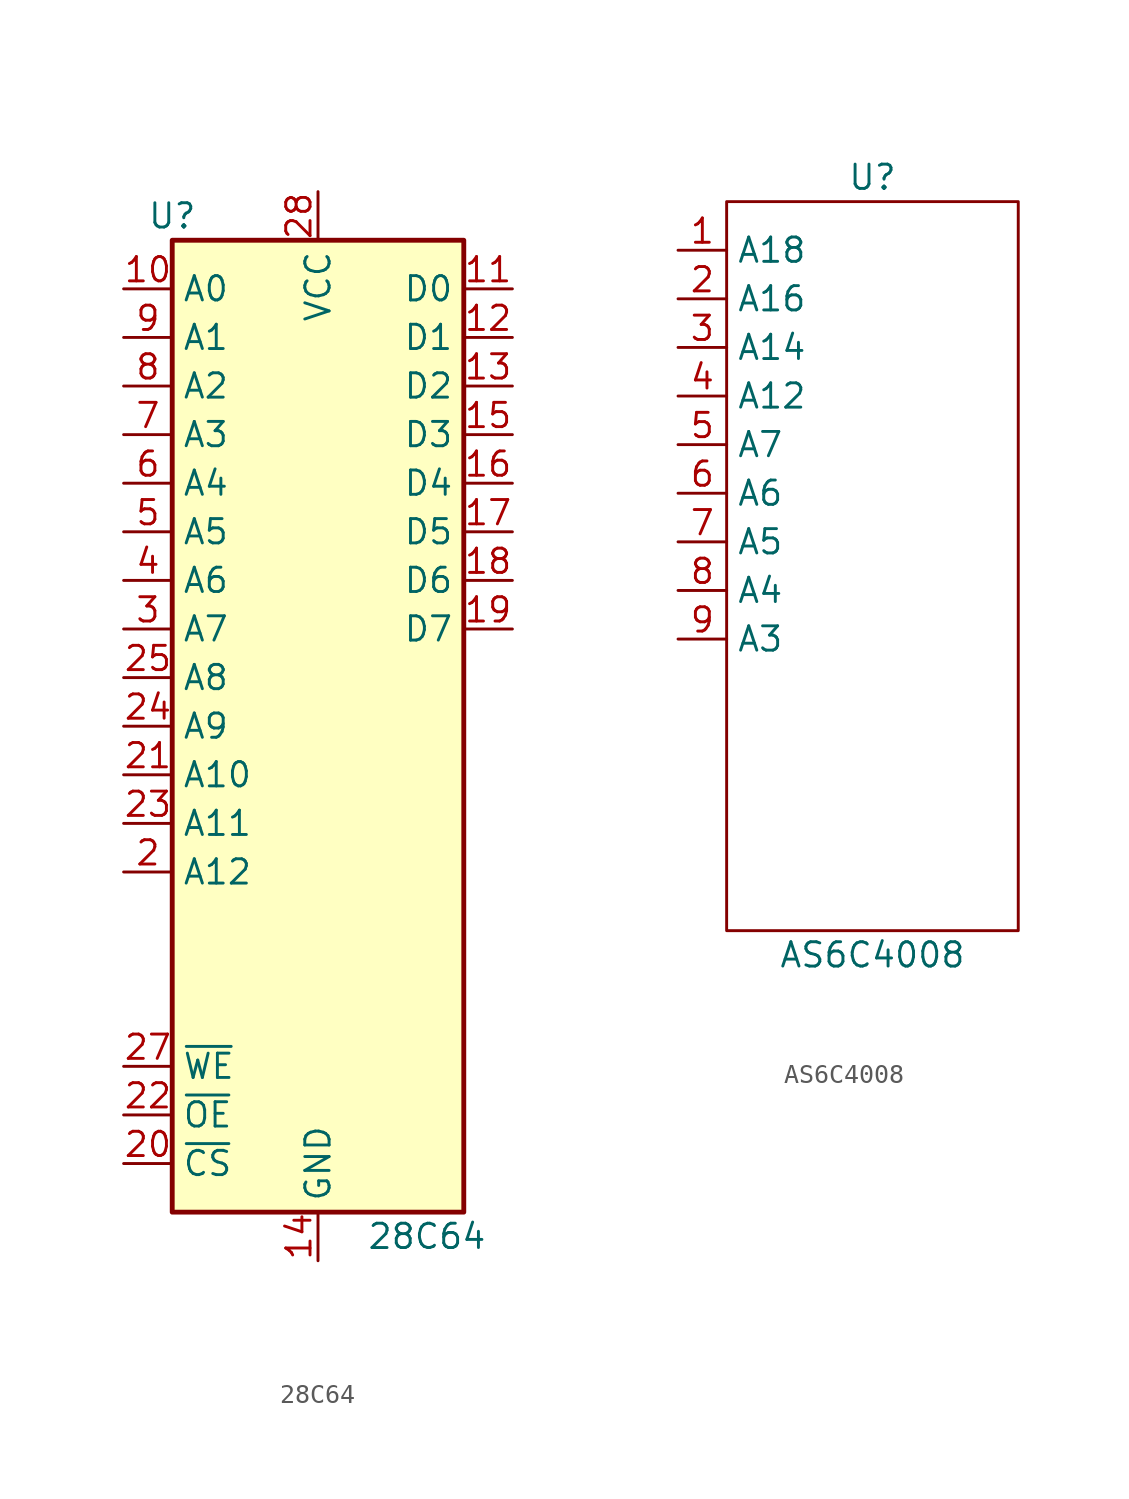
<source format=kicad_sym>
(kicad_symbol_lib
  (version 20211014)
  (generator kicad_symbol_editor)
  (symbol "28C64"
    (property "Reference" "U"
      (at -7.62 26.67 0)
      (effects (font (size 1.27 1.27))))
    (property "Value" "28C64"
      (at 2.54 -26.67 0)
      (effects (font (size 1.27 1.27)) (justify left)))
    (symbol "28C64_1_1"
      (rectangle (start -7.62 25.4) (end 7.62 -25.4) (stroke (width 0.254) (type default) (color 0 0 0 0)) (fill (type background)))
      (pin input line (at -10.16 22.86 0) (length 2.54) (name "A0" (effects (font (size 1.27 1.27)))) (number "10" (effects (font (size 1.27 1.27)))))
      (pin tri_state line (at 10.16 22.86 180) (length 2.54) (name "D0" (effects (font (size 1.27 1.27)))) (number "11" (effects (font (size 1.27 1.27)))))
      (pin tri_state line (at 10.16 20.32 180) (length 2.54) (name "D1" (effects (font (size 1.27 1.27)))) (number "12" (effects (font (size 1.27 1.27)))))
      (pin tri_state line (at 10.16 17.78 180) (length 2.54) (name "D2" (effects (font (size 1.27 1.27)))) (number "13" (effects (font (size 1.27 1.27)))))
      (pin power_in line (at 0 -27.94 90) (length 2.54) (name "GND" (effects (font (size 1.27 1.27)))) (number "14" (effects (font (size 1.27 1.27)))))
      (pin tri_state line (at 10.16 15.24 180) (length 2.54) (name "D3" (effects (font (size 1.27 1.27)))) (number "15" (effects (font (size 1.27 1.27)))))
      (pin tri_state line (at 10.16 12.7 180) (length 2.54) (name "D4" (effects (font (size 1.27 1.27)))) (number "16" (effects (font (size 1.27 1.27)))))
      (pin tri_state line (at 10.16 10.16 180) (length 2.54) (name "D5" (effects (font (size 1.27 1.27)))) (number "17" (effects (font (size 1.27 1.27)))))
      (pin tri_state line (at 10.16 7.62 180) (length 2.54) (name "D6" (effects (font (size 1.27 1.27)))) (number "18" (effects (font (size 1.27 1.27)))))
      (pin tri_state line (at 10.16 5.08 180) (length 2.54) (name "D7" (effects (font (size 1.27 1.27)))) (number "19" (effects (font (size 1.27 1.27)))))
      (pin input line (at -10.16 -7.62 0) (length 2.54) (name "A12" (effects (font (size 1.27 1.27)))) (number "2" (effects (font (size 1.27 1.27)))))
      (pin input line (at -10.16 -22.86 0) (length 2.54) (name "~{CS}" (effects (font (size 1.27 1.27)))) (number "20" (effects (font (size 1.27 1.27)))))
      (pin input line (at -10.16 -2.54 0) (length 2.54) (name "A10" (effects (font (size 1.27 1.27)))) (number "21" (effects (font (size 1.27 1.27)))))
      (pin input line (at -10.16 -20.32 0) (length 2.54) (name "~{OE}" (effects (font (size 1.27 1.27)))) (number "22" (effects (font (size 1.27 1.27)))))
      (pin input line (at -10.16 -5.08 0) (length 2.54) (name "A11" (effects (font (size 1.27 1.27)))) (number "23" (effects (font (size 1.27 1.27)))))
      (pin input line (at -10.16 0 0) (length 2.54) (name "A9" (effects (font (size 1.27 1.27)))) (number "24" (effects (font (size 1.27 1.27)))))
      (pin input line (at -10.16 2.54 0) (length 2.54) (name "A8" (effects (font (size 1.27 1.27)))) (number "25" (effects (font (size 1.27 1.27)))))
      (pin input line (at -10.16 -17.78 0) (length 2.54) (name "~{WE}" (effects (font (size 1.27 1.27)))) (number "27" (effects (font (size 1.27 1.27)))))
      (pin power_in line (at 0 27.94 270) (length 2.54) (name "VCC" (effects (font (size 1.27 1.27)))) (number "28" (effects (font (size 1.27 1.27)))))
      (pin input line (at -10.16 5.08 0) (length 2.54) (name "A7" (effects (font (size 1.27 1.27)))) (number "3" (effects (font (size 1.27 1.27)))))
      (pin input line (at -10.16 7.62 0) (length 2.54) (name "A6" (effects (font (size 1.27 1.27)))) (number "4" (effects (font (size 1.27 1.27)))))
      (pin input line (at -10.16 10.16 0) (length 2.54) (name "A5" (effects (font (size 1.27 1.27)))) (number "5" (effects (font (size 1.27 1.27)))))
      (pin input line (at -10.16 12.7 0) (length 2.54) (name "A4" (effects (font (size 1.27 1.27)))) (number "6" (effects (font (size 1.27 1.27)))))
      (pin input line (at -10.16 15.24 0) (length 2.54) (name "A3" (effects (font (size 1.27 1.27)))) (number "7" (effects (font (size 1.27 1.27)))))
      (pin input line (at -10.16 17.78 0) (length 2.54) (name "A2" (effects (font (size 1.27 1.27)))) (number "8" (effects (font (size 1.27 1.27)))))
      (pin input line (at -10.16 20.32 0) (length 2.54) (name "A1" (effects (font (size 1.27 1.27)))) (number "9" (effects (font (size 1.27 1.27)))))))
  (symbol "AS6C4008"
    (property "Reference" "U"
      (at 0 0 0)
      (effects (font (size 1.27 1.27))))
    (property "Value" "AS6C4008"
      (at 0 -40.64 0)
      (effects (font (size 1.27 1.27))))
    (symbol "AS6C4008_0_1"
      (rectangle (start -7.62 -1.27) (end 7.62 -39.37) (stroke (width 0) (type default) (color 0 0 0 0)) (fill (type none))))
    (symbol "AS6C4008_1_1"
      (pin input line (at -10.16 -3.81 0) (length 2.54) (name "A18" (effects (font (size 1.27 1.27)))) (number "1" (effects (font (size 1.27 1.27)))))
      (pin input line (at -10.16 -6.35 0) (length 2.54) (name "A16" (effects (font (size 1.27 1.27)))) (number "2" (effects (font (size 1.27 1.27)))))
      (pin input line (at -10.16 -8.89 0) (length 2.54) (name "A14" (effects (font (size 1.27 1.27)))) (number "3" (effects (font (size 1.27 1.27)))))
      (pin input line (at -10.16 -11.43 0) (length 2.54) (name "A12" (effects (font (size 1.27 1.27)))) (number "4" (effects (font (size 1.27 1.27)))))
      (pin input line (at -10.16 -13.97 0) (length 2.54) (name "A7" (effects (font (size 1.27 1.27)))) (number "5" (effects (font (size 1.27 1.27)))))
      (pin input line (at -10.16 -16.51 0) (length 2.54) (name "A6" (effects (font (size 1.27 1.27)))) (number "6" (effects (font (size 1.27 1.27)))))
      (pin input line (at -10.16 -19.05 0) (length 2.54) (name "A5" (effects (font (size 1.27 1.27)))) (number "7" (effects (font (size 1.27 1.27)))))
      (pin input line (at -10.16 -21.59 0) (length 2.54) (name "A4" (effects (font (size 1.27 1.27)))) (number "8" (effects (font (size 1.27 1.27)))))
      (pin input line (at -10.16 -24.13 0) (length 2.54) (name "A3" (effects (font (size 1.27 1.27)))) (number "9" (effects (font (size 1.27 1.27))))))))
</source>
